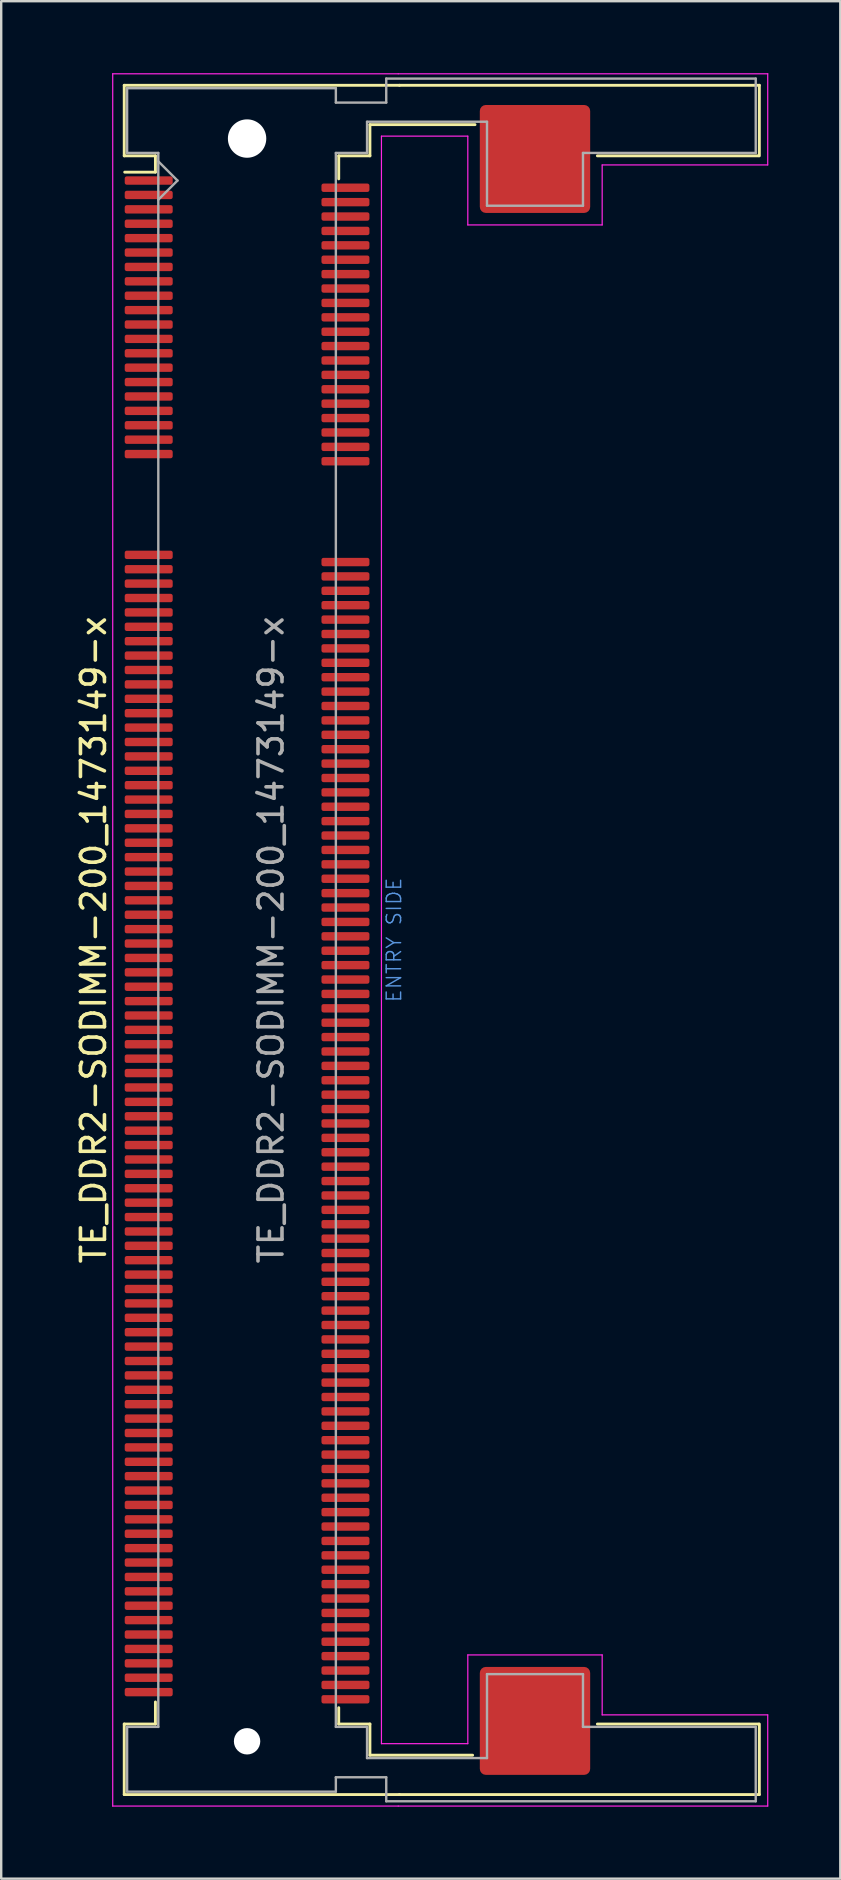
<source format=kicad_pcb>
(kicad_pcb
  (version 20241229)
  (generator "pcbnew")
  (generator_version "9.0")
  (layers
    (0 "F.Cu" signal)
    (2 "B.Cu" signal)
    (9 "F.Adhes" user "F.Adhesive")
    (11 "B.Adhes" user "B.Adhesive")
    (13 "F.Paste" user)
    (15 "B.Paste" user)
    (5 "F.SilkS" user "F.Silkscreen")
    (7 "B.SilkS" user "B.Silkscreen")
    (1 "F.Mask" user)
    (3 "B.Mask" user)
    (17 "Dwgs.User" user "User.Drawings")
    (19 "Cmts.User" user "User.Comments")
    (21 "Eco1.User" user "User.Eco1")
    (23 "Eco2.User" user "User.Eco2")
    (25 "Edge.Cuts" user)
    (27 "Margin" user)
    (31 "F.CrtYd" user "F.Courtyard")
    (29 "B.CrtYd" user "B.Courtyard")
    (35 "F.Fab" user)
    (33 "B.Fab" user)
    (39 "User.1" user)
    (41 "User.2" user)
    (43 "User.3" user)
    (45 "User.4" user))
  (footprint "TE_DDR2-SODIMM-200_1473149-x"
    (layer "F.Cu")
    (at 11.848 36.125)
    (property "Reference" "TE_DDR2-SODIMM-200_1473149-x" (at -11 0 90) (layer "F.SilkS") (effects (font (size 1 1) (thickness 0.15))))
    (attr smd)
    (fp_line (start -9.72 -35.62) (end 1.75 -35.62) (stroke (width 0.12) (type solid)) (layer "F.SilkS"))
    (fp_line (start -9.72 -32.68) (end -9.72 -35.62) (stroke (width 0.12) (type solid)) (layer "F.SilkS"))
    (fp_line (start -9.72 32.68) (end -9.72 35.62) (stroke (width 0.12) (type solid)) (layer "F.SilkS"))
    (fp_line (start -9.72 32.68) (end -8.42 32.68) (stroke (width 0.12) (type solid)) (layer "F.SilkS"))
    (fp_line (start -9.72 35.62) (end 1.75 35.62) (stroke (width 0.12) (type solid)) (layer "F.SilkS"))
    (fp_line (start -9.7 -32) (end -8.42 -32) (stroke (width 0.12) (type solid)) (layer "F.SilkS"))
    (fp_line (start -8.42 -32.68) (end -9.72 -32.68) (stroke (width 0.12) (type solid)) (layer "F.SilkS"))
    (fp_line (start -8.42 -32.68) (end -8.42 -32) (stroke (width 0.12) (type solid)) (layer "F.SilkS"))
    (fp_line (start -8.42 32.68) (end -8.42 31.76) (stroke (width 0.12) (type solid)) (layer "F.SilkS"))
    (fp_line (start -0.78 -32.68) (end -0.78 -31.72) (stroke (width 0.12) (type solid)) (layer "F.SilkS"))
    (fp_line (start -0.78 -32.68) (end 0.52 -32.68) (stroke (width 0.12) (type solid)) (layer "F.SilkS"))
    (fp_line (start -0.78 32.68) (end -0.78 32) (stroke (width 0.12) (type solid)) (layer "F.SilkS"))
    (fp_line (start -0.78 32.68) (end 0.52 32.68) (stroke (width 0.12) (type solid)) (layer "F.SilkS"))
    (fp_line (start 0.52 -33.98) (end 4.9 -33.98) (stroke (width 0.12) (type solid)) (layer "F.SilkS"))
    (fp_line (start 0.52 -32.68) (end 0.52 -33.98) (stroke (width 0.12) (type solid)) (layer "F.SilkS"))
    (fp_line (start 0.52 33.98) (end 0.52 32.68) (stroke (width 0.12) (type solid)) (layer "F.SilkS"))
    (fp_line (start 1.75 -35.62) (end 16.75 -35.62) (stroke (width 0.12) (type solid)) (layer "F.SilkS"))
    (fp_line (start 1.75 35.62) (end 16.75 35.62) (stroke (width 0.12) (type solid)) (layer "F.SilkS"))
    (fp_line (start 4.8 33.98) (end 0.52 33.98) (stroke (width 0.12) (type solid)) (layer "F.SilkS"))
    (fp_line (start 10 -32.68) (end 16.72 -32.68) (stroke (width 0.12) (type solid)) (layer "F.SilkS"))
    (fp_line (start 10 32.68) (end 16.72 32.68) (stroke (width 0.12) (type solid)) (layer "F.SilkS"))
    (fp_line (start 16.75 -35.62) (end 16.75 -32.68) (stroke (width 0.12) (type solid)) (layer "F.SilkS"))
    (fp_line (start 16.75 35.62) (end 16.75 32.68) (stroke (width 0.12) (type solid)) (layer "F.SilkS"))
    (fp_line (start -10.2 -36.1) (end -10.2 36.1) (stroke (width 0.05) (type solid)) (layer "F.CrtYd"))
    (fp_line (start -10.2 -36.1) (end 1.7 -36.1) (stroke (width 0.05) (type solid)) (layer "F.CrtYd"))
    (fp_line (start -10.2 36.1) (end 1.7 36.1) (stroke (width 0.05) (type solid)) (layer "F.CrtYd"))
    (fp_line (start 1 -33.5) (end 1 33.5) (stroke (width 0.05) (type solid)) (layer "F.CrtYd"))
    (fp_line (start 1.7 -36.1) (end 17.1 -36.1) (stroke (width 0.05) (type solid)) (layer "F.CrtYd"))
    (fp_line (start 1.7 36.1) (end 17.1 36.1) (stroke (width 0.05) (type solid)) (layer "F.CrtYd"))
    (fp_line (start 4.6 -33.5) (end 1 -33.5) (stroke (width 0.05) (type solid)) (layer "F.CrtYd"))
    (fp_line (start 4.6 -29.8) (end 4.6 -33.5) (stroke (width 0.05) (type solid)) (layer "F.CrtYd"))
    (fp_line (start 4.6 29.8) (end 4.6 33.5) (stroke (width 0.05) (type solid)) (layer "F.CrtYd"))
    (fp_line (start 4.6 33.5) (end 1 33.5) (stroke (width 0.05) (type solid)) (layer "F.CrtYd"))
    (fp_line (start 10.2 -29.8) (end 4.6 -29.8) (stroke (width 0.05) (type solid)) (layer "F.CrtYd"))
    (fp_line (start 10.2 -29.8) (end 10.2 -32.3) (stroke (width 0.05) (type solid)) (layer "F.CrtYd"))
    (fp_line (start 10.2 29.8) (end 4.6 29.8) (stroke (width 0.05) (type solid)) (layer "F.CrtYd"))
    (fp_line (start 10.2 29.8) (end 10.2 32.3) (stroke (width 0.05) (type solid)) (layer "F.CrtYd"))
    (fp_line (start 17.1 -36.1) (end 17.1 -32.3) (stroke (width 0.05) (type solid)) (layer "F.CrtYd"))
    (fp_line (start 17.1 -32.3) (end 10.2 -32.3) (stroke (width 0.05) (type solid)) (layer "F.CrtYd"))
    (fp_line (start 17.1 32.3) (end 10.2 32.3) (stroke (width 0.05) (type solid)) (layer "F.CrtYd"))
    (fp_line (start 17.1 32.3) (end 17.1 36.1) (stroke (width 0.05) (type solid)) (layer "F.CrtYd"))
    (fp_line (start -9.6 -35.5) (end -9.6 -32.8) (stroke (width 0.1) (type solid)) (layer "F.Fab"))
    (fp_line (start -9.6 -35.5) (end -0.9 -35.5) (stroke (width 0.1) (type solid)) (layer "F.Fab"))
    (fp_line (start -9.6 -32.8) (end -8.3 -32.8) (stroke (width 0.1) (type solid)) (layer "F.Fab"))
    (fp_line (start -9.6 32.8) (end -8.3 32.8) (stroke (width 0.1) (type solid)) (layer "F.Fab"))
    (fp_line (start -9.6 35.5) (end -9.6 32.8) (stroke (width 0.1) (type solid)) (layer "F.Fab"))
    (fp_line (start -8.3 32.8) (end -8.3 -32.8) (stroke (width 0.1) (type solid)) (layer "F.Fab"))
    (fp_line (start -7.5 -31.65) (end -8.3 -32.45) (stroke (width 0.1) (type solid)) (layer "F.Fab"))
    (fp_line (start -7.5 -31.65) (end -8.3 -30.85) (stroke (width 0.1) (type solid)) (layer "F.Fab"))
    (fp_line (start -0.9 -35.5) (end -0.9 -34.9) (stroke (width 0.1) (type solid)) (layer "F.Fab"))
    (fp_line (start -0.9 -32.8) (end -0.9 32.8) (stroke (width 0.1) (type solid)) (layer "F.Fab"))
    (fp_line (start -0.9 -32.8) (end 0.4 -32.8) (stroke (width 0.1) (type solid)) (layer "F.Fab"))
    (fp_line (start -0.9 34.9) (end -0.9 35.5) (stroke (width 0.1) (type solid)) (layer "F.Fab"))
    (fp_line (start -0.9 34.9) (end 1.2 34.9) (stroke (width 0.1) (type solid)) (layer "F.Fab"))
    (fp_line (start -0.9 35.5) (end -9.6 35.5) (stroke (width 0.1) (type solid)) (layer "F.Fab"))
    (fp_line (start 0.4 -34.1) (end 5.4 -34.1) (stroke (width 0.1) (type solid)) (layer "F.Fab"))
    (fp_line (start 0.4 -32.8) (end 0.4 -34.1) (stroke (width 0.1) (type solid)) (layer "F.Fab"))
    (fp_line (start 0.4 32.8) (end -0.9 32.8) (stroke (width 0.1) (type solid)) (layer "F.Fab"))
    (fp_line (start 0.4 34.1) (end 0.4 32.8) (stroke (width 0.1) (type solid)) (layer "F.Fab"))
    (fp_line (start 0.4 34.1) (end 5.4 34.1) (stroke (width 0.1) (type solid)) (layer "F.Fab"))
    (fp_line (start 1.2 -35.9) (end 16.6 -35.9) (stroke (width 0.1) (type solid)) (layer "F.Fab"))
    (fp_line (start 1.2 -34.9) (end -0.9 -34.9) (stroke (width 0.1) (type solid)) (layer "F.Fab"))
    (fp_line (start 1.2 -34.9) (end 1.2 -35.9) (stroke (width 0.1) (type solid)) (layer "F.Fab"))
    (fp_line (start 1.2 34.9) (end 1.2 35.9) (stroke (width 0.1) (type solid)) (layer "F.Fab"))
    (fp_line (start 1.2 35.9) (end 16.6 35.9) (stroke (width 0.1) (type solid)) (layer "F.Fab"))
    (fp_line (start 5.4 -34.1) (end 5.4 -30.6) (stroke (width 0.1) (type solid)) (layer "F.Fab"))
    (fp_line (start 5.4 -30.6) (end 9.4 -30.6) (stroke (width 0.1) (type solid)) (layer "F.Fab"))
    (fp_line (start 5.4 30.6) (end 9.4 30.6) (stroke (width 0.1) (type solid)) (layer "F.Fab"))
    (fp_line (start 5.4 34.1) (end 5.4 30.6) (stroke (width 0.1) (type solid)) (layer "F.Fab"))
    (fp_line (start 9.4 -32.8) (end 16.6 -32.8) (stroke (width 0.1) (type solid)) (layer "F.Fab"))
    (fp_line (start 9.4 -30.6) (end 9.4 -32.8) (stroke (width 0.1) (type solid)) (layer "F.Fab"))
    (fp_line (start 9.4 30.6) (end 9.4 32.8) (stroke (width 0.1) (type solid)) (layer "F.Fab"))
    (fp_line (start 9.4 32.8) (end 16.6 32.8) (stroke (width 0.1) (type solid)) (layer "F.Fab"))
    (fp_line (start 16.6 -35.9) (end 16.6 -32.8) (stroke (width 0.1) (type solid)) (layer "F.Fab"))
    (fp_line (start 16.6 35.9) (end 16.6 32.8) (stroke (width 0.1) (type solid)) (layer "F.Fab"))
    (fp_text user "ENTRY SIDE" (at 1.524 0 90) (layer "Cmts.User") (effects (font (size 0.6 0.6) (thickness 0.06))))
    (fp_text user "${REFERENCE}" (at -3.6 0 90) (layer "F.Fab") (effects (font (size 1 1) (thickness 0.15))))
    (pad "" np_thru_hole circle (at -4.6 -33.4) (size 1.6 1.6) (drill 1.6) (layers "*.Cu" "*.Mask"))
    (pad "" np_thru_hole circle (at -4.6 33.4) (size 1.1 1.1) (drill 1.1) (layers "*.Cu" "*.Mask"))
    (pad "" smd roundrect (at 7.4 -32.55) (size 4.6 4.5) (layers "F.Cu" "F.Mask" "F.Paste") (roundrect_rratio 0.056))
    (pad "" smd roundrect (at 7.4 32.55) (size 4.6 4.5) (layers "F.Cu" "F.Mask" "F.Paste") (roundrect_rratio 0.056))
    (pad "1" smd roundrect (at -8.7 -31.65) (size 2 0.35) (layers "F.Cu" "F.Mask" "F.Paste") (roundrect_rratio 0.25))
    (pad "2" smd roundrect (at -0.5 -31.35) (size 2 0.35) (layers "F.Cu" "F.Mask" "F.Paste") (roundrect_rratio 0.25))
    (pad "3" smd roundrect (at -8.7 -31.05) (size 2 0.35) (layers "F.Cu" "F.Mask" "F.Paste") (roundrect_rratio 0.25))
    (pad "4" smd roundrect (at -0.5 -30.75) (size 2 0.35) (layers "F.Cu" "F.Mask" "F.Paste") (roundrect_rratio 0.25))
    (pad "5" smd roundrect (at -8.7 -30.45) (size 2 0.35) (layers "F.Cu" "F.Mask" "F.Paste") (roundrect_rratio 0.25))
    (pad "6" smd roundrect (at -0.5 -30.15) (size 2 0.35) (layers "F.Cu" "F.Mask" "F.Paste") (roundrect_rratio 0.25))
    (pad "7" smd roundrect (at -8.7 -29.85) (size 2 0.35) (layers "F.Cu" "F.Mask" "F.Paste") (roundrect_rratio 0.25))
    (pad "8" smd roundrect (at -0.5 -29.55) (size 2 0.35) (layers "F.Cu" "F.Mask" "F.Paste") (roundrect_rratio 0.25))
    (pad "9" smd roundrect (at -8.7 -29.25) (size 2 0.35) (layers "F.Cu" "F.Mask" "F.Paste") (roundrect_rratio 0.25))
    (pad "10" smd roundrect (at -0.5 -28.95) (size 2 0.35) (layers "F.Cu" "F.Mask" "F.Paste") (roundrect_rratio 0.25))
    (pad "11" smd roundrect (at -8.7 -28.65) (size 2 0.35) (layers "F.Cu" "F.Mask" "F.Paste") (roundrect_rratio 0.25))
    (pad "12" smd roundrect (at -0.5 -28.35) (size 2 0.35) (layers "F.Cu" "F.Mask" "F.Paste") (roundrect_rratio 0.25))
    (pad "13" smd roundrect (at -8.7 -28.05) (size 2 0.35) (layers "F.Cu" "F.Mask" "F.Paste") (roundrect_rratio 0.25))
    (pad "14" smd roundrect (at -0.5 -27.75) (size 2 0.35) (layers "F.Cu" "F.Mask" "F.Paste") (roundrect_rratio 0.25))
    (pad "15" smd roundrect (at -8.7 -27.45) (size 2 0.35) (layers "F.Cu" "F.Mask" "F.Paste") (roundrect_rratio 0.25))
    (pad "16" smd roundrect (at -0.5 -27.15) (size 2 0.35) (layers "F.Cu" "F.Mask" "F.Paste") (roundrect_rratio 0.25))
    (pad "17" smd roundrect (at -8.7 -26.85) (size 2 0.35) (layers "F.Cu" "F.Mask" "F.Paste") (roundrect_rratio 0.25))
    (pad "18" smd roundrect (at -0.5 -26.55) (size 2 0.35) (layers "F.Cu" "F.Mask" "F.Paste") (roundrect_rratio 0.25))
    (pad "19" smd roundrect (at -8.7 -26.25) (size 2 0.35) (layers "F.Cu" "F.Mask" "F.Paste") (roundrect_rratio 0.25))
    (pad "20" smd roundrect (at -0.5 -25.95) (size 2 0.35) (layers "F.Cu" "F.Mask" "F.Paste") (roundrect_rratio 0.25))
    (pad "21" smd roundrect (at -8.7 -25.65) (size 2 0.35) (layers "F.Cu" "F.Mask" "F.Paste") (roundrect_rratio 0.25))
    (pad "22" smd roundrect (at -0.5 -25.35) (size 2 0.35) (layers "F.Cu" "F.Mask" "F.Paste") (roundrect_rratio 0.25))
    (pad "23" smd roundrect (at -8.7 -25.05) (size 2 0.35) (layers "F.Cu" "F.Mask" "F.Paste") (roundrect_rratio 0.25))
    (pad "24" smd roundrect (at -0.5 -24.75) (size 2 0.35) (layers "F.Cu" "F.Mask" "F.Paste") (roundrect_rratio 0.25))
    (pad "25" smd roundrect (at -8.7 -24.45) (size 2 0.35) (layers "F.Cu" "F.Mask" "F.Paste") (roundrect_rratio 0.25))
    (pad "26" smd roundrect (at -0.5 -24.15) (size 2 0.35) (layers "F.Cu" "F.Mask" "F.Paste") (roundrect_rratio 0.25))
    (pad "27" smd roundrect (at -8.7 -23.85) (size 2 0.35) (layers "F.Cu" "F.Mask" "F.Paste") (roundrect_rratio 0.25))
    (pad "28" smd roundrect (at -0.5 -23.55) (size 2 0.35) (layers "F.Cu" "F.Mask" "F.Paste") (roundrect_rratio 0.25))
    (pad "29" smd roundrect (at -8.7 -23.25) (size 2 0.35) (layers "F.Cu" "F.Mask" "F.Paste") (roundrect_rratio 0.25))
    (pad "30" smd roundrect (at -0.5 -22.95) (size 2 0.35) (layers "F.Cu" "F.Mask" "F.Paste") (roundrect_rratio 0.25))
    (pad "31" smd roundrect (at -8.7 -22.65) (size 2 0.35) (layers "F.Cu" "F.Mask" "F.Paste") (roundrect_rratio 0.25))
    (pad "32" smd roundrect (at -0.5 -22.35) (size 2 0.35) (layers "F.Cu" "F.Mask" "F.Paste") (roundrect_rratio 0.25))
    (pad "33" smd roundrect (at -8.7 -22.05) (size 2 0.35) (layers "F.Cu" "F.Mask" "F.Paste") (roundrect_rratio 0.25))
    (pad "34" smd roundrect (at -0.5 -21.75) (size 2 0.35) (layers "F.Cu" "F.Mask" "F.Paste") (roundrect_rratio 0.25))
    (pad "35" smd roundrect (at -8.7 -21.45) (size 2 0.35) (layers "F.Cu" "F.Mask" "F.Paste") (roundrect_rratio 0.25))
    (pad "36" smd roundrect (at -0.5 -21.15) (size 2 0.35) (layers "F.Cu" "F.Mask" "F.Paste") (roundrect_rratio 0.25))
    (pad "37" smd roundrect (at -8.7 -20.85) (size 2 0.35) (layers "F.Cu" "F.Mask" "F.Paste") (roundrect_rratio 0.25))
    (pad "38" smd roundrect (at -0.5 -20.55) (size 2 0.35) (layers "F.Cu" "F.Mask" "F.Paste") (roundrect_rratio 0.25))
    (pad "39" smd roundrect (at -8.7 -20.25) (size 2 0.35) (layers "F.Cu" "F.Mask" "F.Paste") (roundrect_rratio 0.25))
    (pad "40" smd roundrect (at -0.5 -19.95) (size 2 0.35) (layers "F.Cu" "F.Mask" "F.Paste") (roundrect_rratio 0.25))
    (pad "41" smd roundrect (at -8.7 -16.05) (size 2 0.35) (layers "F.Cu" "F.Mask" "F.Paste") (roundrect_rratio 0.25))
    (pad "42" smd roundrect (at -0.5 -15.75) (size 2 0.35) (layers "F.Cu" "F.Mask" "F.Paste") (roundrect_rratio 0.25))
    (pad "43" smd roundrect (at -8.7 -15.45) (size 2 0.35) (layers "F.Cu" "F.Mask" "F.Paste") (roundrect_rratio 0.25))
    (pad "44" smd roundrect (at -0.5 -15.15) (size 2 0.35) (layers "F.Cu" "F.Mask" "F.Paste") (roundrect_rratio 0.25))
    (pad "45" smd roundrect (at -8.7 -14.85) (size 2 0.35) (layers "F.Cu" "F.Mask" "F.Paste") (roundrect_rratio 0.25))
    (pad "46" smd roundrect (at -0.5 -14.55) (size 2 0.35) (layers "F.Cu" "F.Mask" "F.Paste") (roundrect_rratio 0.25))
    (pad "47" smd roundrect (at -8.7 -14.25) (size 2 0.35) (layers "F.Cu" "F.Mask" "F.Paste") (roundrect_rratio 0.25))
    (pad "48" smd roundrect (at -0.5 -13.95) (size 2 0.35) (layers "F.Cu" "F.Mask" "F.Paste") (roundrect_rratio 0.25))
    (pad "49" smd roundrect (at -8.7 -13.65) (size 2 0.35) (layers "F.Cu" "F.Mask" "F.Paste") (roundrect_rratio 0.25))
    (pad "50" smd roundrect (at -0.5 -13.35) (size 2 0.35) (layers "F.Cu" "F.Mask" "F.Paste") (roundrect_rratio 0.25))
    (pad "51" smd roundrect (at -8.7 -13.05) (size 2 0.35) (layers "F.Cu" "F.Mask" "F.Paste") (roundrect_rratio 0.25))
    (pad "52" smd roundrect (at -0.5 -12.75) (size 2 0.35) (layers "F.Cu" "F.Mask" "F.Paste") (roundrect_rratio 0.25))
    (pad "53" smd roundrect (at -8.7 -12.45) (size 2 0.35) (layers "F.Cu" "F.Mask" "F.Paste") (roundrect_rratio 0.25))
    (pad "54" smd roundrect (at -0.5 -12.15) (size 2 0.35) (layers "F.Cu" "F.Mask" "F.Paste") (roundrect_rratio 0.25))
    (pad "55" smd roundrect (at -8.7 -11.85) (size 2 0.35) (layers "F.Cu" "F.Mask" "F.Paste") (roundrect_rratio 0.25))
    (pad "56" smd roundrect (at -0.5 -11.55) (size 2 0.35) (layers "F.Cu" "F.Mask" "F.Paste") (roundrect_rratio 0.25))
    (pad "57" smd roundrect (at -8.7 -11.25) (size 2 0.35) (layers "F.Cu" "F.Mask" "F.Paste") (roundrect_rratio 0.25))
    (pad "58" smd roundrect (at -0.5 -10.95) (size 2 0.35) (layers "F.Cu" "F.Mask" "F.Paste") (roundrect_rratio 0.25))
    (pad "59" smd roundrect (at -8.7 -10.65) (size 2 0.35) (layers "F.Cu" "F.Mask" "F.Paste") (roundrect_rratio 0.25))
    (pad "60" smd roundrect (at -0.5 -10.35) (size 2 0.35) (layers "F.Cu" "F.Mask" "F.Paste") (roundrect_rratio 0.25))
    (pad "61" smd roundrect (at -8.7 -10.05) (size 2 0.35) (layers "F.Cu" "F.Mask" "F.Paste") (roundrect_rratio 0.25))
    (pad "62" smd roundrect (at -0.5 -9.75) (size 2 0.35) (layers "F.Cu" "F.Mask" "F.Paste") (roundrect_rratio 0.25))
    (pad "63" smd roundrect (at -8.7 -9.45) (size 2 0.35) (layers "F.Cu" "F.Mask" "F.Paste") (roundrect_rratio 0.25))
    (pad "64" smd roundrect (at -0.5 -9.15) (size 2 0.35) (layers "F.Cu" "F.Mask" "F.Paste") (roundrect_rratio 0.25))
    (pad "65" smd roundrect (at -8.7 -8.85) (size 2 0.35) (layers "F.Cu" "F.Mask" "F.Paste") (roundrect_rratio 0.25))
    (pad "66" smd roundrect (at -0.5 -8.55) (size 2 0.35) (layers "F.Cu" "F.Mask" "F.Paste") (roundrect_rratio 0.25))
    (pad "67" smd roundrect (at -8.7 -8.25) (size 2 0.35) (layers "F.Cu" "F.Mask" "F.Paste") (roundrect_rratio 0.25))
    (pad "68" smd roundrect (at -0.5 -7.95) (size 2 0.35) (layers "F.Cu" "F.Mask" "F.Paste") (roundrect_rratio 0.25))
    (pad "69" smd roundrect (at -8.7 -7.65) (size 2 0.35) (layers "F.Cu" "F.Mask" "F.Paste") (roundrect_rratio 0.25))
    (pad "70" smd roundrect (at -0.5 -7.35) (size 2 0.35) (layers "F.Cu" "F.Mask" "F.Paste") (roundrect_rratio 0.25))
    (pad "71" smd roundrect (at -8.7 -7.05) (size 2 0.35) (layers "F.Cu" "F.Mask" "F.Paste") (roundrect_rratio 0.25))
    (pad "72" smd roundrect (at -0.5 -6.75) (size 2 0.35) (layers "F.Cu" "F.Mask" "F.Paste") (roundrect_rratio 0.25))
    (pad "73" smd roundrect (at -8.7 -6.45) (size 2 0.35) (layers "F.Cu" "F.Mask" "F.Paste") (roundrect_rratio 0.25))
    (pad "74" smd roundrect (at -0.5 -6.15) (size 2 0.35) (layers "F.Cu" "F.Mask" "F.Paste") (roundrect_rratio 0.25))
    (pad "75" smd roundrect (at -8.7 -5.85) (size 2 0.35) (layers "F.Cu" "F.Mask" "F.Paste") (roundrect_rratio 0.25))
    (pad "76" smd roundrect (at -0.5 -5.55) (size 2 0.35) (layers "F.Cu" "F.Mask" "F.Paste") (roundrect_rratio 0.25))
    (pad "77" smd roundrect (at -8.7 -5.25) (size 2 0.35) (layers "F.Cu" "F.Mask" "F.Paste") (roundrect_rratio 0.25))
    (pad "78" smd roundrect (at -0.5 -4.95) (size 2 0.35) (layers "F.Cu" "F.Mask" "F.Paste") (roundrect_rratio 0.25))
    (pad "79" smd roundrect (at -8.7 -4.65) (size 2 0.35) (layers "F.Cu" "F.Mask" "F.Paste") (roundrect_rratio 0.25))
    (pad "80" smd roundrect (at -0.5 -4.35) (size 2 0.35) (layers "F.Cu" "F.Mask" "F.Paste") (roundrect_rratio 0.25))
    (pad "81" smd roundrect (at -8.7 -4.05) (size 2 0.35) (layers "F.Cu" "F.Mask" "F.Paste") (roundrect_rratio 0.25))
    (pad "82" smd roundrect (at -0.5 -3.75) (size 2 0.35) (layers "F.Cu" "F.Mask" "F.Paste") (roundrect_rratio 0.25))
    (pad "83" smd roundrect (at -8.7 -3.45) (size 2 0.35) (layers "F.Cu" "F.Mask" "F.Paste") (roundrect_rratio 0.25))
    (pad "84" smd roundrect (at -0.5 -3.15) (size 2 0.35) (layers "F.Cu" "F.Mask" "F.Paste") (roundrect_rratio 0.25))
    (pad "85" smd roundrect (at -8.7 -2.85) (size 2 0.35) (layers "F.Cu" "F.Mask" "F.Paste") (roundrect_rratio 0.25))
    (pad "86" smd roundrect (at -0.5 -2.55) (size 2 0.35) (layers "F.Cu" "F.Mask" "F.Paste") (roundrect_rratio 0.25))
    (pad "87" smd roundrect (at -8.7 -2.25) (size 2 0.35) (layers "F.Cu" "F.Mask" "F.Paste") (roundrect_rratio 0.25))
    (pad "88" smd roundrect (at -0.5 -1.95) (size 2 0.35) (layers "F.Cu" "F.Mask" "F.Paste") (roundrect_rratio 0.25))
    (pad "89" smd roundrect (at -8.7 -1.65) (size 2 0.35) (layers "F.Cu" "F.Mask" "F.Paste") (roundrect_rratio 0.25))
    (pad "90" smd roundrect (at -0.5 -1.35) (size 2 0.35) (layers "F.Cu" "F.Mask" "F.Paste") (roundrect_rratio 0.25))
    (pad "91" smd roundrect (at -8.7 -1.05) (size 2 0.35) (layers "F.Cu" "F.Mask" "F.Paste") (roundrect_rratio 0.25))
    (pad "92" smd roundrect (at -0.5 -0.75) (size 2 0.35) (layers "F.Cu" "F.Mask" "F.Paste") (roundrect_rratio 0.25))
    (pad "93" smd roundrect (at -8.7 -0.45) (size 2 0.35) (layers "F.Cu" "F.Mask" "F.Paste") (roundrect_rratio 0.25))
    (pad "94" smd roundrect (at -0.5 -0.15) (size 2 0.35) (layers "F.Cu" "F.Mask" "F.Paste") (roundrect_rratio 0.25))
    (pad "95" smd roundrect (at -8.7 0.15) (size 2 0.35) (layers "F.Cu" "F.Mask" "F.Paste") (roundrect_rratio 0.25))
    (pad "96" smd roundrect (at -0.5 0.45) (size 2 0.35) (layers "F.Cu" "F.Mask" "F.Paste") (roundrect_rratio 0.25))
    (pad "97" smd roundrect (at -8.7 0.75) (size 2 0.35) (layers "F.Cu" "F.Mask" "F.Paste") (roundrect_rratio 0.25))
    (pad "98" smd roundrect (at -0.5 1.05) (size 2 0.35) (layers "F.Cu" "F.Mask" "F.Paste") (roundrect_rratio 0.25))
    (pad "99" smd roundrect (at -8.7 1.35) (size 2 0.35) (layers "F.Cu" "F.Mask" "F.Paste") (roundrect_rratio 0.25))
    (pad "100" smd roundrect (at -0.5 1.65) (size 2 0.35) (layers "F.Cu" "F.Mask" "F.Paste") (roundrect_rratio 0.25))
    (pad "101" smd roundrect (at -8.7 1.95) (size 2 0.35) (layers "F.Cu" "F.Mask" "F.Paste") (roundrect_rratio 0.25))
    (pad "102" smd roundrect (at -0.5 2.25) (size 2 0.35) (layers "F.Cu" "F.Mask" "F.Paste") (roundrect_rratio 0.25))
    (pad "103" smd roundrect (at -8.7 2.55) (size 2 0.35) (layers "F.Cu" "F.Mask" "F.Paste") (roundrect_rratio 0.25))
    (pad "104" smd roundrect (at -0.5 2.85) (size 2 0.35) (layers "F.Cu" "F.Mask" "F.Paste") (roundrect_rratio 0.25))
    (pad "105" smd roundrect (at -8.7 3.15) (size 2 0.35) (layers "F.Cu" "F.Mask" "F.Paste") (roundrect_rratio 0.25))
    (pad "106" smd roundrect (at -0.5 3.45) (size 2 0.35) (layers "F.Cu" "F.Mask" "F.Paste") (roundrect_rratio 0.25))
    (pad "107" smd roundrect (at -8.7 3.75) (size 2 0.35) (layers "F.Cu" "F.Mask" "F.Paste") (roundrect_rratio 0.25))
    (pad "108" smd roundrect (at -0.5 4.05) (size 2 0.35) (layers "F.Cu" "F.Mask" "F.Paste") (roundrect_rratio 0.25))
    (pad "109" smd roundrect (at -8.7 4.35) (size 2 0.35) (layers "F.Cu" "F.Mask" "F.Paste") (roundrect_rratio 0.25))
    (pad "110" smd roundrect (at -0.5 4.65) (size 2 0.35) (layers "F.Cu" "F.Mask" "F.Paste") (roundrect_rratio 0.25))
    (pad "111" smd roundrect (at -8.7 4.95) (size 2 0.35) (layers "F.Cu" "F.Mask" "F.Paste") (roundrect_rratio 0.25))
    (pad "112" smd roundrect (at -0.5 5.25) (size 2 0.35) (layers "F.Cu" "F.Mask" "F.Paste") (roundrect_rratio 0.25))
    (pad "113" smd roundrect (at -8.7 5.55) (size 2 0.35) (layers "F.Cu" "F.Mask" "F.Paste") (roundrect_rratio 0.25))
    (pad "114" smd roundrect (at -0.5 5.85) (size 2 0.35) (layers "F.Cu" "F.Mask" "F.Paste") (roundrect_rratio 0.25))
    (pad "115" smd roundrect (at -8.7 6.15) (size 2 0.35) (layers "F.Cu" "F.Mask" "F.Paste") (roundrect_rratio 0.25))
    (pad "116" smd roundrect (at -0.5 6.45) (size 2 0.35) (layers "F.Cu" "F.Mask" "F.Paste") (roundrect_rratio 0.25))
    (pad "117" smd roundrect (at -8.7 6.75) (size 2 0.35) (layers "F.Cu" "F.Mask" "F.Paste") (roundrect_rratio 0.25))
    (pad "118" smd roundrect (at -0.5 7.05) (size 2 0.35) (layers "F.Cu" "F.Mask" "F.Paste") (roundrect_rratio 0.25))
    (pad "119" smd roundrect (at -8.7 7.35) (size 2 0.35) (layers "F.Cu" "F.Mask" "F.Paste") (roundrect_rratio 0.25))
    (pad "120" smd roundrect (at -0.5 7.65) (size 2 0.35) (layers "F.Cu" "F.Mask" "F.Paste") (roundrect_rratio 0.25))
    (pad "121" smd roundrect (at -8.7 7.95) (size 2 0.35) (layers "F.Cu" "F.Mask" "F.Paste") (roundrect_rratio 0.25))
    (pad "122" smd roundrect (at -0.5 8.25) (size 2 0.35) (layers "F.Cu" "F.Mask" "F.Paste") (roundrect_rratio 0.25))
    (pad "123" smd roundrect (at -8.7 8.55) (size 2 0.35) (layers "F.Cu" "F.Mask" "F.Paste") (roundrect_rratio 0.25))
    (pad "124" smd roundrect (at -0.5 8.85) (size 2 0.35) (layers "F.Cu" "F.Mask" "F.Paste") (roundrect_rratio 0.25))
    (pad "125" smd roundrect (at -8.7 9.15) (size 2 0.35) (layers "F.Cu" "F.Mask" "F.Paste") (roundrect_rratio 0.25))
    (pad "126" smd roundrect (at -0.5 9.45) (size 2 0.35) (layers "F.Cu" "F.Mask" "F.Paste") (roundrect_rratio 0.25))
    (pad "127" smd roundrect (at -8.7 9.75) (size 2 0.35) (layers "F.Cu" "F.Mask" "F.Paste") (roundrect_rratio 0.25))
    (pad "128" smd roundrect (at -0.5 10.05) (size 2 0.35) (layers "F.Cu" "F.Mask" "F.Paste") (roundrect_rratio 0.25))
    (pad "129" smd roundrect (at -8.7 10.35) (size 2 0.35) (layers "F.Cu" "F.Mask" "F.Paste") (roundrect_rratio 0.25))
    (pad "130" smd roundrect (at -0.5 10.65) (size 2 0.35) (layers "F.Cu" "F.Mask" "F.Paste") (roundrect_rratio 0.25))
    (pad "131" smd roundrect (at -8.7 10.95) (size 2 0.35) (layers "F.Cu" "F.Mask" "F.Paste") (roundrect_rratio 0.25))
    (pad "132" smd roundrect (at -0.5 11.25) (size 2 0.35) (layers "F.Cu" "F.Mask" "F.Paste") (roundrect_rratio 0.25))
    (pad "133" smd roundrect (at -8.7 11.55) (size 2 0.35) (layers "F.Cu" "F.Mask" "F.Paste") (roundrect_rratio 0.25))
    (pad "134" smd roundrect (at -0.5 11.85) (size 2 0.35) (layers "F.Cu" "F.Mask" "F.Paste") (roundrect_rratio 0.25))
    (pad "135" smd roundrect (at -8.7 12.15) (size 2 0.35) (layers "F.Cu" "F.Mask" "F.Paste") (roundrect_rratio 0.25))
    (pad "136" smd roundrect (at -0.5 12.45) (size 2 0.35) (layers "F.Cu" "F.Mask" "F.Paste") (roundrect_rratio 0.25))
    (pad "137" smd roundrect (at -8.7 12.75) (size 2 0.35) (layers "F.Cu" "F.Mask" "F.Paste") (roundrect_rratio 0.25))
    (pad "138" smd roundrect (at -0.5 13.05) (size 2 0.35) (layers "F.Cu" "F.Mask" "F.Paste") (roundrect_rratio 0.25))
    (pad "139" smd roundrect (at -8.7 13.35) (size 2 0.35) (layers "F.Cu" "F.Mask" "F.Paste") (roundrect_rratio 0.25))
    (pad "140" smd roundrect (at -0.5 13.65) (size 2 0.35) (layers "F.Cu" "F.Mask" "F.Paste") (roundrect_rratio 0.25))
    (pad "141" smd roundrect (at -8.7 13.95) (size 2 0.35) (layers "F.Cu" "F.Mask" "F.Paste") (roundrect_rratio 0.25))
    (pad "142" smd roundrect (at -0.5 14.25) (size 2 0.35) (layers "F.Cu" "F.Mask" "F.Paste") (roundrect_rratio 0.25))
    (pad "143" smd roundrect (at -8.7 14.55) (size 2 0.35) (layers "F.Cu" "F.Mask" "F.Paste") (roundrect_rratio 0.25))
    (pad "144" smd roundrect (at -0.5 14.85) (size 2 0.35) (layers "F.Cu" "F.Mask" "F.Paste") (roundrect_rratio 0.25))
    (pad "145" smd roundrect (at -8.7 15.15) (size 2 0.35) (layers "F.Cu" "F.Mask" "F.Paste") (roundrect_rratio 0.25))
    (pad "146" smd roundrect (at -0.5 15.45) (size 2 0.35) (layers "F.Cu" "F.Mask" "F.Paste") (roundrect_rratio 0.25))
    (pad "147" smd roundrect (at -8.7 15.75) (size 2 0.35) (layers "F.Cu" "F.Mask" "F.Paste") (roundrect_rratio 0.25))
    (pad "148" smd roundrect (at -0.5 16.05) (size 2 0.35) (layers "F.Cu" "F.Mask" "F.Paste") (roundrect_rratio 0.25))
    (pad "149" smd roundrect (at -8.7 16.35) (size 2 0.35) (layers "F.Cu" "F.Mask" "F.Paste") (roundrect_rratio 0.25))
    (pad "150" smd roundrect (at -0.5 16.65) (size 2 0.35) (layers "F.Cu" "F.Mask" "F.Paste") (roundrect_rratio 0.25))
    (pad "151" smd roundrect (at -8.7 16.95) (size 2 0.35) (layers "F.Cu" "F.Mask" "F.Paste") (roundrect_rratio 0.25))
    (pad "152" smd roundrect (at -0.5 17.25) (size 2 0.35) (layers "F.Cu" "F.Mask" "F.Paste") (roundrect_rratio 0.25))
    (pad "153" smd roundrect (at -8.7 17.55) (size 2 0.35) (layers "F.Cu" "F.Mask" "F.Paste") (roundrect_rratio 0.25))
    (pad "154" smd roundrect (at -0.5 17.85) (size 2 0.35) (layers "F.Cu" "F.Mask" "F.Paste") (roundrect_rratio 0.25))
    (pad "155" smd roundrect (at -8.7 18.15) (size 2 0.35) (layers "F.Cu" "F.Mask" "F.Paste") (roundrect_rratio 0.25))
    (pad "156" smd roundrect (at -0.5 18.45) (size 2 0.35) (layers "F.Cu" "F.Mask" "F.Paste") (roundrect_rratio 0.25))
    (pad "157" smd roundrect (at -8.7 18.75) (size 2 0.35) (layers "F.Cu" "F.Mask" "F.Paste") (roundrect_rratio 0.25))
    (pad "158" smd roundrect (at -0.5 19.05) (size 2 0.35) (layers "F.Cu" "F.Mask" "F.Paste") (roundrect_rratio 0.25))
    (pad "159" smd roundrect (at -8.7 19.35) (size 2 0.35) (layers "F.Cu" "F.Mask" "F.Paste") (roundrect_rratio 0.25))
    (pad "160" smd roundrect (at -0.5 19.65) (size 2 0.35) (layers "F.Cu" "F.Mask" "F.Paste") (roundrect_rratio 0.25))
    (pad "161" smd roundrect (at -8.7 19.95) (size 2 0.35) (layers "F.Cu" "F.Mask" "F.Paste") (roundrect_rratio 0.25))
    (pad "162" smd roundrect (at -0.5 20.25) (size 2 0.35) (layers "F.Cu" "F.Mask" "F.Paste") (roundrect_rratio 0.25))
    (pad "163" smd roundrect (at -8.7 20.55) (size 2 0.35) (layers "F.Cu" "F.Mask" "F.Paste") (roundrect_rratio 0.25))
    (pad "164" smd roundrect (at -0.5 20.85) (size 2 0.35) (layers "F.Cu" "F.Mask" "F.Paste") (roundrect_rratio 0.25))
    (pad "165" smd roundrect (at -8.7 21.15) (size 2 0.35) (layers "F.Cu" "F.Mask" "F.Paste") (roundrect_rratio 0.25))
    (pad "166" smd roundrect (at -0.5 21.45) (size 2 0.35) (layers "F.Cu" "F.Mask" "F.Paste") (roundrect_rratio 0.25))
    (pad "167" smd roundrect (at -8.7 21.75) (size 2 0.35) (layers "F.Cu" "F.Mask" "F.Paste") (roundrect_rratio 0.25))
    (pad "168" smd roundrect (at -0.5 22.05) (size 2 0.35) (layers "F.Cu" "F.Mask" "F.Paste") (roundrect_rratio 0.25))
    (pad "169" smd roundrect (at -8.7 22.35) (size 2 0.35) (layers "F.Cu" "F.Mask" "F.Paste") (roundrect_rratio 0.25))
    (pad "170" smd roundrect (at -0.5 22.65) (size 2 0.35) (layers "F.Cu" "F.Mask" "F.Paste") (roundrect_rratio 0.25))
    (pad "171" smd roundrect (at -8.7 22.95) (size 2 0.35) (layers "F.Cu" "F.Mask" "F.Paste") (roundrect_rratio 0.25))
    (pad "172" smd roundrect (at -0.5 23.25) (size 2 0.35) (layers "F.Cu" "F.Mask" "F.Paste") (roundrect_rratio 0.25))
    (pad "173" smd roundrect (at -8.7 23.55) (size 2 0.35) (layers "F.Cu" "F.Mask" "F.Paste") (roundrect_rratio 0.25))
    (pad "174" smd roundrect (at -0.5 23.85) (size 2 0.35) (layers "F.Cu" "F.Mask" "F.Paste") (roundrect_rratio 0.25))
    (pad "175" smd roundrect (at -8.7 24.15) (size 2 0.35) (layers "F.Cu" "F.Mask" "F.Paste") (roundrect_rratio 0.25))
    (pad "176" smd roundrect (at -0.5 24.45) (size 2 0.35) (layers "F.Cu" "F.Mask" "F.Paste") (roundrect_rratio 0.25))
    (pad "177" smd roundrect (at -8.7 24.75) (size 2 0.35) (layers "F.Cu" "F.Mask" "F.Paste") (roundrect_rratio 0.25))
    (pad "178" smd roundrect (at -0.5 25.05) (size 2 0.35) (layers "F.Cu" "F.Mask" "F.Paste") (roundrect_rratio 0.25))
    (pad "179" smd roundrect (at -8.7 25.35) (size 2 0.35) (layers "F.Cu" "F.Mask" "F.Paste") (roundrect_rratio 0.25))
    (pad "180" smd roundrect (at -0.5 25.65) (size 2 0.35) (layers "F.Cu" "F.Mask" "F.Paste") (roundrect_rratio 0.25))
    (pad "181" smd roundrect (at -8.7 25.95) (size 2 0.35) (layers "F.Cu" "F.Mask" "F.Paste") (roundrect_rratio 0.25))
    (pad "182" smd roundrect (at -0.5 26.25) (size 2 0.35) (layers "F.Cu" "F.Mask" "F.Paste") (roundrect_rratio 0.25))
    (pad "183" smd roundrect (at -8.7 26.55) (size 2 0.35) (layers "F.Cu" "F.Mask" "F.Paste") (roundrect_rratio 0.25))
    (pad "184" smd roundrect (at -0.5 26.85) (size 2 0.35) (layers "F.Cu" "F.Mask" "F.Paste") (roundrect_rratio 0.25))
    (pad "185" smd roundrect (at -8.7 27.15) (size 2 0.35) (layers "F.Cu" "F.Mask" "F.Paste") (roundrect_rratio 0.25))
    (pad "186" smd roundrect (at -0.5 27.45) (size 2 0.35) (layers "F.Cu" "F.Mask" "F.Paste") (roundrect_rratio 0.25))
    (pad "187" smd roundrect (at -8.7 27.75) (size 2 0.35) (layers "F.Cu" "F.Mask" "F.Paste") (roundrect_rratio 0.25))
    (pad "188" smd roundrect (at -0.5 28.05) (size 2 0.35) (layers "F.Cu" "F.Mask" "F.Paste") (roundrect_rratio 0.25))
    (pad "189" smd roundrect (at -8.7 28.35) (size 2 0.35) (layers "F.Cu" "F.Mask" "F.Paste") (roundrect_rratio 0.25))
    (pad "190" smd roundrect (at -0.5 28.65) (size 2 0.35) (layers "F.Cu" "F.Mask" "F.Paste") (roundrect_rratio 0.25))
    (pad "191" smd roundrect (at -8.7 28.95) (size 2 0.35) (layers "F.Cu" "F.Mask" "F.Paste") (roundrect_rratio 0.25))
    (pad "192" smd roundrect (at -0.5 29.25) (size 2 0.35) (layers "F.Cu" "F.Mask" "F.Paste") (roundrect_rratio 0.25))
    (pad "193" smd roundrect (at -8.7 29.55) (size 2 0.35) (layers "F.Cu" "F.Mask" "F.Paste") (roundrect_rratio 0.25))
    (pad "194" smd roundrect (at -0.5 29.85) (size 2 0.35) (layers "F.Cu" "F.Mask" "F.Paste") (roundrect_rratio 0.25))
    (pad "195" smd roundrect (at -8.7 30.15) (size 2 0.35) (layers "F.Cu" "F.Mask" "F.Paste") (roundrect_rratio 0.25))
    (pad "196" smd roundrect (at -0.5 30.45) (size 2 0.35) (layers "F.Cu" "F.Mask" "F.Paste") (roundrect_rratio 0.25))
    (pad "197" smd roundrect (at -8.7 30.75) (size 2 0.35) (layers "F.Cu" "F.Mask" "F.Paste") (roundrect_rratio 0.25))
    (pad "198" smd roundrect (at -0.5 31.05) (size 2 0.35) (layers "F.Cu" "F.Mask" "F.Paste") (roundrect_rratio 0.25))
    (pad "199" smd roundrect (at -8.7 31.35) (size 2 0.35) (layers "F.Cu" "F.Mask" "F.Paste") (roundrect_rratio 0.25))
    (pad "200" smd roundrect (at -0.5 31.65) (size 2 0.35) (layers "F.Cu" "F.Mask" "F.Paste") (roundrect_rratio 0.25)))
  (gr_rect
    (start -3 -3)
    (end 31.973 75.25)
    (stroke (width 0.1) (type default))
    (fill no)
    (layer "Edge.Cuts")))
</source>
